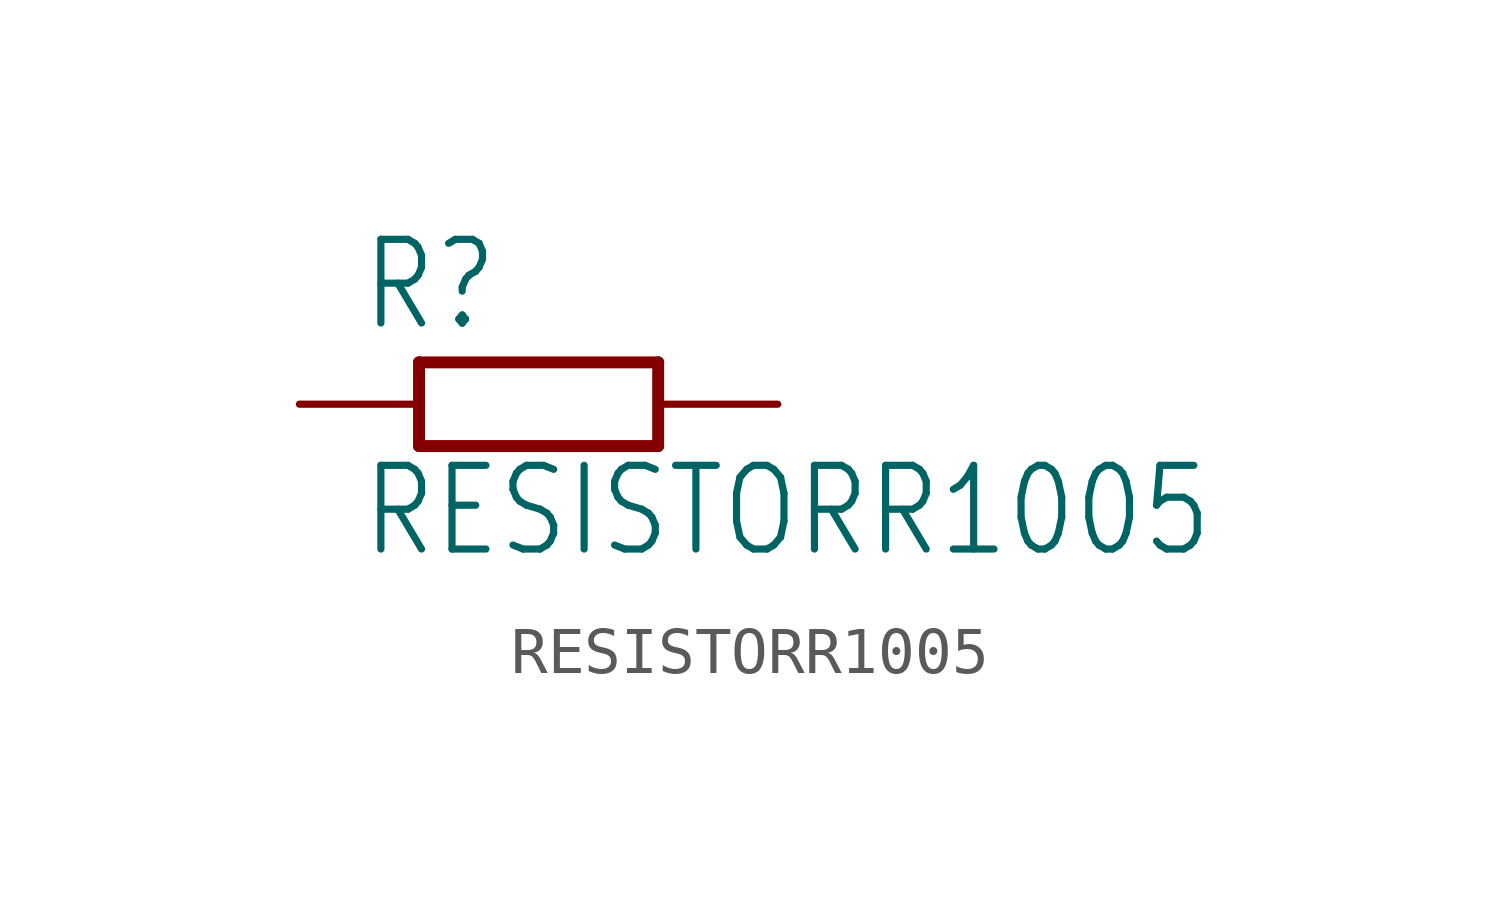
<source format=kicad_sym>
(kicad_symbol_lib
  (version 20211014)
  (generator kicad_symbol_editor)
  (symbol "RESISTORR1005"
    (property "Reference" "R"
      (at -3.81 1.499 0)
      (effects (font (size 1.778 1.511)) (justify left bottom)))
    (property "Value" "RESISTORR1005"
      (at -3.81 -3.302 0)
      (effects (font (size 1.778 1.511)) (justify left bottom)))
    (property "ki_locked" ""
      (at 0 0 0)
      (effects (font (size 1.27 1.27))))
    (symbol "RESISTORR1005_1_0"
      (polyline (pts (xy -2.54 -0.889) (xy -2.54 0.889)) (stroke (width 0.254) (type default) (color 0 0 0 0)) (fill (type none)))
      (polyline (pts (xy -2.54 -0.889) (xy 2.54 -0.889)) (stroke (width 0.254) (type default) (color 0 0 0 0)) (fill (type none)))
      (polyline (pts (xy 2.54 -0.889) (xy 2.54 0.889)) (stroke (width 0.254) (type default) (color 0 0 0 0)) (fill (type none)))
      (polyline (pts (xy 2.54 0.889) (xy -2.54 0.889)) (stroke (width 0.254) (type default) (color 0 0 0 0)) (fill (type none)))
      (pin passive line (at -5.08 0 0) (length 2.54) (name "1" (effects (font (size 0 0)))) (number "1" (effects (font (size 0 0)))))
      (pin passive line (at 5.08 0 180) (length 2.54) (name "2" (effects (font (size 0 0)))) (number "2" (effects (font (size 0 0))))))))
</source>
